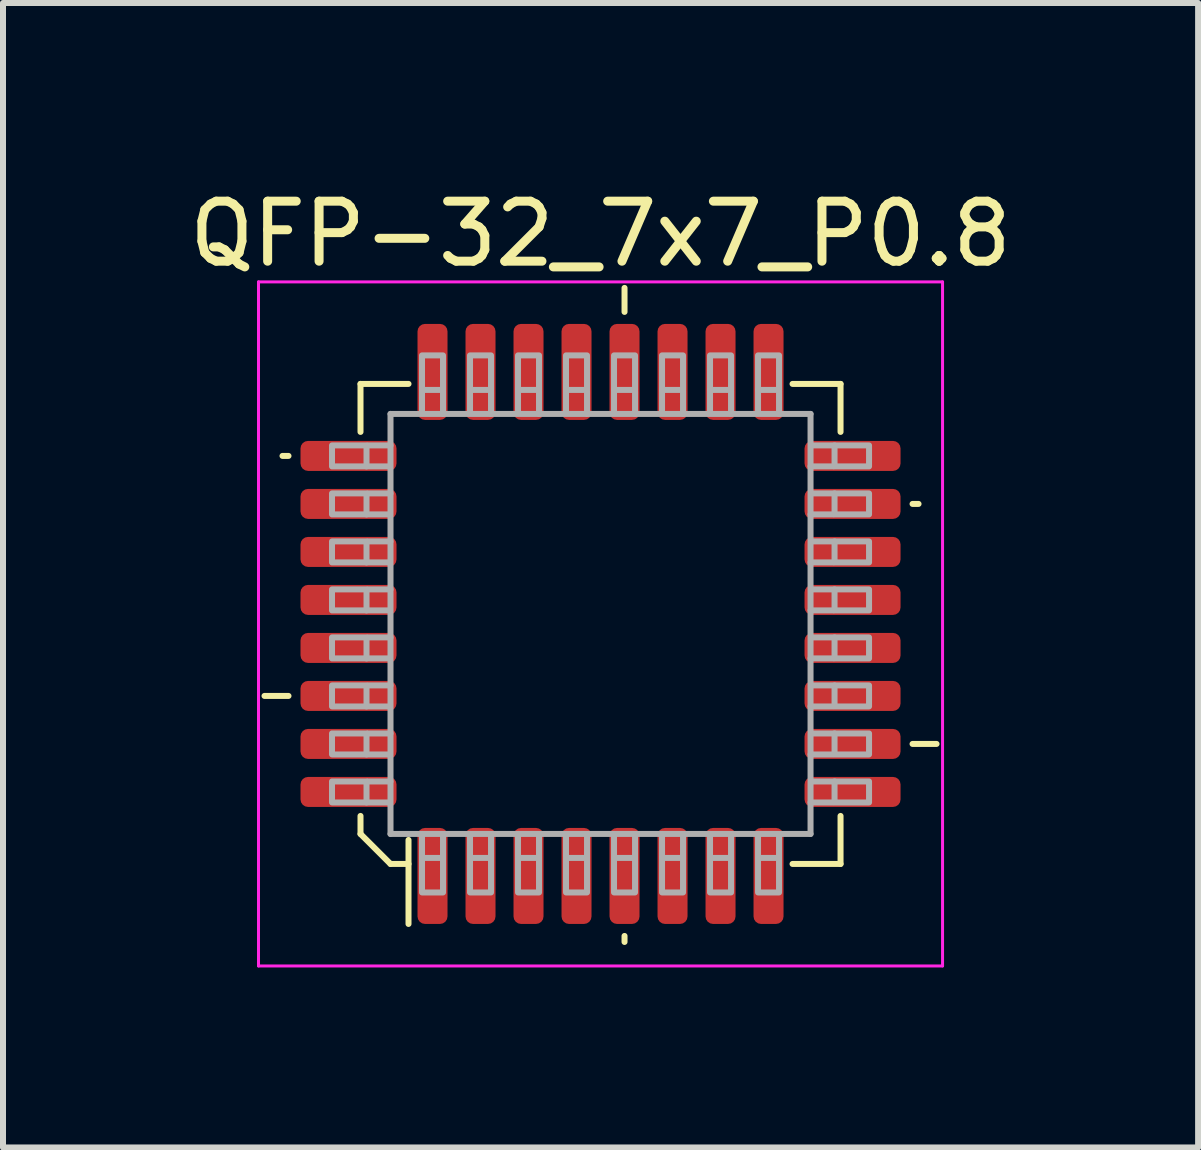
<source format=kicad_pcb>
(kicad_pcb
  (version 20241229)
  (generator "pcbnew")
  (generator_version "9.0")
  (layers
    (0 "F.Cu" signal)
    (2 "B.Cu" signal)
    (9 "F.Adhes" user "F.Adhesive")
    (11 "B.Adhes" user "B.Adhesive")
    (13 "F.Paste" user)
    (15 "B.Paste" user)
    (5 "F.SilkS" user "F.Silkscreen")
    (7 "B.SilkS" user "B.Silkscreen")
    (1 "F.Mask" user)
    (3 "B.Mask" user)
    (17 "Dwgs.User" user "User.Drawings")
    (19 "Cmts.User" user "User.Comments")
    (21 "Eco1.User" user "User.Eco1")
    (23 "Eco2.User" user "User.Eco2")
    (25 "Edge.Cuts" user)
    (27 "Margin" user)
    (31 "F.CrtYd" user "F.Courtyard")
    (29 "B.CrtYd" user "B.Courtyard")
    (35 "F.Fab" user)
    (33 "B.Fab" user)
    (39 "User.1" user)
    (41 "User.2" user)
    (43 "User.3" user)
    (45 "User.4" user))
  (footprint "QFP-32_7x7_P0.8"
    (layer "F.Cu")
    (at 6.958 7.348)
    (property "Reference" "QFP-32_7x7_P0.8" (at 0 -6.5 0) (layer "F.SilkS") (effects (font (size 1 1) (thickness 0.15))))
    (attr smd)
    (fp_line (start -5.2 -2.8) (end -5.3 -2.8) (stroke (width 0.1) (type solid)) (layer "F.SilkS"))
    (fp_line (start -5.2 1.2) (end -5.6 1.2) (stroke (width 0.1) (type solid)) (layer "F.SilkS"))
    (fp_line (start -4 -4) (end -4 -3.2) (stroke (width 0.1) (type solid)) (layer "F.SilkS"))
    (fp_line (start -4 -4) (end -3.2 -4) (stroke (width 0.1) (type solid)) (layer "F.SilkS"))
    (fp_line (start -4 3.5) (end -4 3.2) (stroke (width 0.1) (type solid)) (layer "F.SilkS"))
    (fp_line (start -4 3.5) (end -3.5 4) (stroke (width 0.1) (type solid)) (layer "F.SilkS"))
    (fp_line (start -3.5 4) (end -3.2 4) (stroke (width 0.1) (type solid)) (layer "F.SilkS"))
    (fp_line (start -3.2 3.6) (end -3.2 5) (stroke (width 0.1) (type solid)) (layer "F.SilkS"))
    (fp_line (start 0.4 -5.2) (end 0.4 -5.6) (stroke (width 0.1) (type solid)) (layer "F.SilkS"))
    (fp_line (start 0.4 5.2) (end 0.4 5.3) (stroke (width 0.1) (type solid)) (layer "F.SilkS"))
    (fp_line (start 4 -4) (end 3.2 -4) (stroke (width 0.1) (type solid)) (layer "F.SilkS"))
    (fp_line (start 4 -4) (end 4 -3.2) (stroke (width 0.1) (type solid)) (layer "F.SilkS"))
    (fp_line (start 4 4) (end 3.2 4) (stroke (width 0.1) (type solid)) (layer "F.SilkS"))
    (fp_line (start 4 4) (end 4 3.2) (stroke (width 0.1) (type solid)) (layer "F.SilkS"))
    (fp_line (start 5.2 -2) (end 5.3 -2) (stroke (width 0.1) (type solid)) (layer "F.SilkS"))
    (fp_line (start 5.2 2) (end 5.6 2) (stroke (width 0.1) (type solid)) (layer "F.SilkS"))
    (fp_line (start -5.7 -5.7) (end 5.7 -5.7) (stroke (width 0.05) (type solid)) (layer "F.CrtYd"))
    (fp_line (start -5.7 5.7) (end -5.7 -5.7) (stroke (width 0.05) (type solid)) (layer "F.CrtYd"))
    (fp_line (start -5.7 5.7) (end 5.7 5.7) (stroke (width 0.05) (type solid)) (layer "F.CrtYd"))
    (fp_line (start 5.7 5.7) (end 5.7 -5.7) (stroke (width 0.05) (type solid)) (layer "F.CrtYd"))
    (fp_line (start -3.9 -2.625) (end -3.525 -2.625) (stroke (width 0.1) (type solid)) (layer "F.Fab"))
    (fp_line (start -3.9 -1.825) (end -3.525 -1.825) (stroke (width 0.1) (type solid)) (layer "F.Fab"))
    (fp_line (start -3.9 -1.025) (end -3.525 -1.025) (stroke (width 0.1) (type solid)) (layer "F.Fab"))
    (fp_line (start -3.9 -0.225) (end -3.525 -0.225) (stroke (width 0.1) (type solid)) (layer "F.Fab"))
    (fp_line (start -3.9 0.575) (end -3.525 0.575) (stroke (width 0.1) (type solid)) (layer "F.Fab"))
    (fp_line (start -3.9 1.375) (end -3.525 1.375) (stroke (width 0.1) (type solid)) (layer "F.Fab"))
    (fp_line (start -3.9 2.175) (end -3.525 2.175) (stroke (width 0.1) (type solid)) (layer "F.Fab"))
    (fp_line (start -3.9 2.975) (end -3.525 2.975) (stroke (width 0.1) (type solid)) (layer "F.Fab"))
    (fp_line (start -3.875 -2.975) (end -3.5 -2.975) (stroke (width 0.1) (type solid)) (layer "F.Fab"))
    (fp_line (start -3.875 -2.175) (end -3.5 -2.175) (stroke (width 0.1) (type solid)) (layer "F.Fab"))
    (fp_line (start -3.875 -1.375) (end -3.5 -1.375) (stroke (width 0.1) (type solid)) (layer "F.Fab"))
    (fp_line (start -3.875 -0.575) (end -3.5 -0.575) (stroke (width 0.1) (type solid)) (layer "F.Fab"))
    (fp_line (start -3.875 0.225) (end -3.5 0.225) (stroke (width 0.1) (type solid)) (layer "F.Fab"))
    (fp_line (start -3.875 1.025) (end -3.5 1.025) (stroke (width 0.1) (type solid)) (layer "F.Fab"))
    (fp_line (start -3.875 1.825) (end -3.5 1.825) (stroke (width 0.1) (type solid)) (layer "F.Fab"))
    (fp_line (start -3.875 2.625) (end -3.5 2.625) (stroke (width 0.1) (type solid)) (layer "F.Fab"))
    (fp_line (start -3.5 -3.5) (end 3.5 -3.5) (stroke (width 0.1) (type solid)) (layer "F.Fab"))
    (fp_line (start -3.5 3.5) (end -3.5 -3.5) (stroke (width 0.1) (type solid)) (layer "F.Fab"))
    (fp_line (start -2.975 -3.9) (end -2.975 -3.525) (stroke (width 0.1) (type solid)) (layer "F.Fab"))
    (fp_line (start -2.975 3.875) (end -2.975 3.5) (stroke (width 0.1) (type solid)) (layer "F.Fab"))
    (fp_line (start -2.625 -3.875) (end -2.625 -3.5) (stroke (width 0.1) (type solid)) (layer "F.Fab"))
    (fp_line (start -2.625 3.9) (end -2.625 3.525) (stroke (width 0.1) (type solid)) (layer "F.Fab"))
    (fp_line (start -2.175 -3.9) (end -2.175 -3.525) (stroke (width 0.1) (type solid)) (layer "F.Fab"))
    (fp_line (start -2.175 3.875) (end -2.175 3.5) (stroke (width 0.1) (type solid)) (layer "F.Fab"))
    (fp_line (start -1.825 -3.875) (end -1.825 -3.5) (stroke (width 0.1) (type solid)) (layer "F.Fab"))
    (fp_line (start -1.825 3.9) (end -1.825 3.525) (stroke (width 0.1) (type solid)) (layer "F.Fab"))
    (fp_line (start -1.375 -3.9) (end -1.375 -3.525) (stroke (width 0.1) (type solid)) (layer "F.Fab"))
    (fp_line (start -1.375 3.875) (end -1.375 3.5) (stroke (width 0.1) (type solid)) (layer "F.Fab"))
    (fp_line (start -1.025 -3.875) (end -1.025 -3.5) (stroke (width 0.1) (type solid)) (layer "F.Fab"))
    (fp_line (start -1.025 3.9) (end -1.025 3.525) (stroke (width 0.1) (type solid)) (layer "F.Fab"))
    (fp_line (start -0.575 -3.9) (end -0.575 -3.525) (stroke (width 0.1) (type solid)) (layer "F.Fab"))
    (fp_line (start -0.575 3.875) (end -0.575 3.5) (stroke (width 0.1) (type solid)) (layer "F.Fab"))
    (fp_line (start -0.225 -3.875) (end -0.225 -3.5) (stroke (width 0.1) (type solid)) (layer "F.Fab"))
    (fp_line (start -0.225 3.9) (end -0.225 3.525) (stroke (width 0.1) (type solid)) (layer "F.Fab"))
    (fp_line (start 0.225 -3.9) (end 0.225 -3.525) (stroke (width 0.1) (type solid)) (layer "F.Fab"))
    (fp_line (start 0.225 3.875) (end 0.225 3.5) (stroke (width 0.1) (type solid)) (layer "F.Fab"))
    (fp_line (start 0.575 -3.875) (end 0.575 -3.5) (stroke (width 0.1) (type solid)) (layer "F.Fab"))
    (fp_line (start 0.575 3.9) (end 0.575 3.525) (stroke (width 0.1) (type solid)) (layer "F.Fab"))
    (fp_line (start 1.025 -3.9) (end 1.025 -3.525) (stroke (width 0.1) (type solid)) (layer "F.Fab"))
    (fp_line (start 1.025 3.875) (end 1.025 3.5) (stroke (width 0.1) (type solid)) (layer "F.Fab"))
    (fp_line (start 1.375 -3.875) (end 1.375 -3.5) (stroke (width 0.1) (type solid)) (layer "F.Fab"))
    (fp_line (start 1.375 3.9) (end 1.375 3.525) (stroke (width 0.1) (type solid)) (layer "F.Fab"))
    (fp_line (start 1.825 -3.9) (end 1.825 -3.525) (stroke (width 0.1) (type solid)) (layer "F.Fab"))
    (fp_line (start 1.825 3.875) (end 1.825 3.5) (stroke (width 0.1) (type solid)) (layer "F.Fab"))
    (fp_line (start 2.175 -3.875) (end 2.175 -3.5) (stroke (width 0.1) (type solid)) (layer "F.Fab"))
    (fp_line (start 2.175 3.9) (end 2.175 3.525) (stroke (width 0.1) (type solid)) (layer "F.Fab"))
    (fp_line (start 2.625 -3.9) (end 2.625 -3.525) (stroke (width 0.1) (type solid)) (layer "F.Fab"))
    (fp_line (start 2.625 3.875) (end 2.625 3.5) (stroke (width 0.1) (type solid)) (layer "F.Fab"))
    (fp_line (start 2.975 -3.875) (end 2.975 -3.5) (stroke (width 0.1) (type solid)) (layer "F.Fab"))
    (fp_line (start 2.975 3.9) (end 2.975 3.525) (stroke (width 0.1) (type solid)) (layer "F.Fab"))
    (fp_line (start 3.5 -3.5) (end 3.5 3.5) (stroke (width 0.1) (type solid)) (layer "F.Fab"))
    (fp_line (start 3.5 3.5) (end -3.5 3.5) (stroke (width 0.1) (type solid)) (layer "F.Fab"))
    (fp_line (start 3.875 -2.625) (end 3.5 -2.625) (stroke (width 0.1) (type solid)) (layer "F.Fab"))
    (fp_line (start 3.875 -1.825) (end 3.5 -1.825) (stroke (width 0.1) (type solid)) (layer "F.Fab"))
    (fp_line (start 3.875 -1.025) (end 3.5 -1.025) (stroke (width 0.1) (type solid)) (layer "F.Fab"))
    (fp_line (start 3.875 -0.225) (end 3.5 -0.225) (stroke (width 0.1) (type solid)) (layer "F.Fab"))
    (fp_line (start 3.875 0.575) (end 3.5 0.575) (stroke (width 0.1) (type solid)) (layer "F.Fab"))
    (fp_line (start 3.875 1.375) (end 3.5 1.375) (stroke (width 0.1) (type solid)) (layer "F.Fab"))
    (fp_line (start 3.875 2.175) (end 3.5 2.175) (stroke (width 0.1) (type solid)) (layer "F.Fab"))
    (fp_line (start 3.875 2.975) (end 3.5 2.975) (stroke (width 0.1) (type solid)) (layer "F.Fab"))
    (fp_line (start 3.9 -2.975) (end 3.525 -2.975) (stroke (width 0.1) (type solid)) (layer "F.Fab"))
    (fp_line (start 3.9 -2.175) (end 3.525 -2.175) (stroke (width 0.1) (type solid)) (layer "F.Fab"))
    (fp_line (start 3.9 -1.375) (end 3.525 -1.375) (stroke (width 0.1) (type solid)) (layer "F.Fab"))
    (fp_line (start 3.9 -0.575) (end 3.525 -0.575) (stroke (width 0.1) (type solid)) (layer "F.Fab"))
    (fp_line (start 3.9 0.225) (end 3.525 0.225) (stroke (width 0.1) (type solid)) (layer "F.Fab"))
    (fp_line (start 3.9 1.025) (end 3.525 1.025) (stroke (width 0.1) (type solid)) (layer "F.Fab"))
    (fp_line (start 3.9 1.825) (end 3.525 1.825) (stroke (width 0.1) (type solid)) (layer "F.Fab"))
    (fp_line (start 3.9 2.625) (end 3.525 2.625) (stroke (width 0.1) (type solid)) (layer "F.Fab"))
    (fp_poly (pts (xy -3.9 -2.625) (xy -4.475 -2.625) (xy -4.475 -2.975) (xy -3.9 -2.975)) (stroke (width 0.1) (type solid)) (fill no) (layer "F.Fab"))
    (fp_poly (pts (xy -3.9 -1.825) (xy -4.475 -1.825) (xy -4.475 -2.175) (xy -3.9 -2.175)) (stroke (width 0.1) (type solid)) (fill no) (layer "F.Fab"))
    (fp_poly (pts (xy -3.9 -1.025) (xy -4.475 -1.025) (xy -4.475 -1.375) (xy -3.9 -1.375)) (stroke (width 0.1) (type solid)) (fill no) (layer "F.Fab"))
    (fp_poly (pts (xy -3.9 -0.225) (xy -4.475 -0.225) (xy -4.475 -0.575) (xy -3.9 -0.575)) (stroke (width 0.1) (type solid)) (fill no) (layer "F.Fab"))
    (fp_poly (pts (xy -3.9 0.575) (xy -4.475 0.575) (xy -4.475 0.225) (xy -3.9 0.225)) (stroke (width 0.1) (type solid)) (fill no) (layer "F.Fab"))
    (fp_poly (pts (xy -3.9 1.375) (xy -4.475 1.375) (xy -4.475 1.025) (xy -3.9 1.025)) (stroke (width 0.1) (type solid)) (fill no) (layer "F.Fab"))
    (fp_poly (pts (xy -3.9 2.175) (xy -4.475 2.175) (xy -4.475 1.825) (xy -3.9 1.825)) (stroke (width 0.1) (type solid)) (fill no) (layer "F.Fab"))
    (fp_poly (pts (xy -3.9 2.975) (xy -4.475 2.975) (xy -4.475 2.625) (xy -3.9 2.625)) (stroke (width 0.1) (type solid)) (fill no) (layer "F.Fab"))
    (fp_poly (pts (xy -2.975 -3.9) (xy -2.975 -4.475) (xy -2.625 -4.475) (xy -2.625 -3.9)) (stroke (width 0.1) (type solid)) (fill no) (layer "F.Fab"))
    (fp_poly (pts (xy -2.625 3.9) (xy -2.625 4.475) (xy -2.975 4.475) (xy -2.975 3.9)) (stroke (width 0.1) (type solid)) (fill no) (layer "F.Fab"))
    (fp_poly (pts (xy -2.175 -3.9) (xy -2.175 -4.475) (xy -1.825 -4.475) (xy -1.825 -3.9)) (stroke (width 0.1) (type solid)) (fill no) (layer "F.Fab"))
    (fp_poly (pts (xy -1.825 3.9) (xy -1.825 4.475) (xy -2.175 4.475) (xy -2.175 3.9)) (stroke (width 0.1) (type solid)) (fill no) (layer "F.Fab"))
    (fp_poly (pts (xy -1.375 -3.9) (xy -1.375 -4.475) (xy -1.025 -4.475) (xy -1.025 -3.9)) (stroke (width 0.1) (type solid)) (fill no) (layer "F.Fab"))
    (fp_poly (pts (xy -1.025 3.9) (xy -1.025 4.475) (xy -1.375 4.475) (xy -1.375 3.9)) (stroke (width 0.1) (type solid)) (fill no) (layer "F.Fab"))
    (fp_poly (pts (xy -0.575 -3.9) (xy -0.575 -4.475) (xy -0.225 -4.475) (xy -0.225 -3.9)) (stroke (width 0.1) (type solid)) (fill no) (layer "F.Fab"))
    (fp_poly (pts (xy -0.225 3.9) (xy -0.225 4.475) (xy -0.575 4.475) (xy -0.575 3.9)) (stroke (width 0.1) (type solid)) (fill no) (layer "F.Fab"))
    (fp_poly (pts (xy 0.225 -3.9) (xy 0.225 -4.475) (xy 0.575 -4.475) (xy 0.575 -3.9)) (stroke (width 0.1) (type solid)) (fill no) (layer "F.Fab"))
    (fp_poly (pts (xy 0.575 3.9) (xy 0.575 4.475) (xy 0.225 4.475) (xy 0.225 3.9)) (stroke (width 0.1) (type solid)) (fill no) (layer "F.Fab"))
    (fp_poly (pts (xy 1.025 -3.9) (xy 1.025 -4.475) (xy 1.375 -4.475) (xy 1.375 -3.9)) (stroke (width 0.1) (type solid)) (fill no) (layer "F.Fab"))
    (fp_poly (pts (xy 1.375 3.9) (xy 1.375 4.475) (xy 1.025 4.475) (xy 1.025 3.9)) (stroke (width 0.1) (type solid)) (fill no) (layer "F.Fab"))
    (fp_poly (pts (xy 1.825 -3.9) (xy 1.825 -4.475) (xy 2.175 -4.475) (xy 2.175 -3.9)) (stroke (width 0.1) (type solid)) (fill no) (layer "F.Fab"))
    (fp_poly (pts (xy 2.175 3.9) (xy 2.175 4.475) (xy 1.825 4.475) (xy 1.825 3.9)) (stroke (width 0.1) (type solid)) (fill no) (layer "F.Fab"))
    (fp_poly (pts (xy 2.625 -3.9) (xy 2.625 -4.475) (xy 2.975 -4.475) (xy 2.975 -3.9)) (stroke (width 0.1) (type solid)) (fill no) (layer "F.Fab"))
    (fp_poly (pts (xy 2.975 3.9) (xy 2.975 4.475) (xy 2.625 4.475) (xy 2.625 3.9)) (stroke (width 0.1) (type solid)) (fill no) (layer "F.Fab"))
    (fp_poly (pts (xy 3.9 -2.975) (xy 4.475 -2.975) (xy 4.475 -2.625) (xy 3.9 -2.625)) (stroke (width 0.1) (type solid)) (fill no) (layer "F.Fab"))
    (fp_poly (pts (xy 3.9 -2.175) (xy 4.475 -2.175) (xy 4.475 -1.825) (xy 3.9 -1.825)) (stroke (width 0.1) (type solid)) (fill no) (layer "F.Fab"))
    (fp_poly (pts (xy 3.9 -1.375) (xy 4.475 -1.375) (xy 4.475 -1.025) (xy 3.9 -1.025)) (stroke (width 0.1) (type solid)) (fill no) (layer "F.Fab"))
    (fp_poly (pts (xy 3.9 -0.575) (xy 4.475 -0.575) (xy 4.475 -0.225) (xy 3.9 -0.225)) (stroke (width 0.1) (type solid)) (fill no) (layer "F.Fab"))
    (fp_poly (pts (xy 3.9 0.225) (xy 4.475 0.225) (xy 4.475 0.575) (xy 3.9 0.575)) (stroke (width 0.1) (type solid)) (fill no) (layer "F.Fab"))
    (fp_poly (pts (xy 3.9 1.025) (xy 4.475 1.025) (xy 4.475 1.375) (xy 3.9 1.375)) (stroke (width 0.1) (type solid)) (fill no) (layer "F.Fab"))
    (fp_poly (pts (xy 3.9 1.825) (xy 4.475 1.825) (xy 4.475 2.175) (xy 3.9 2.175)) (stroke (width 0.1) (type solid)) (fill no) (layer "F.Fab"))
    (fp_poly (pts (xy 3.9 2.625) (xy 4.475 2.625) (xy 4.475 2.975) (xy 3.9 2.975)) (stroke (width 0.1) (type solid)) (fill no) (layer "F.Fab"))
    (pad "1" smd roundrect (at -2.8 4.2 90) (size 1.6 0.5) (layers "F.Cu" "F.Mask" "F.Paste") (roundrect_rratio 0.25))
    (pad "2" smd roundrect (at -2 4.2 90) (size 1.6 0.5) (layers "F.Cu" "F.Mask" "F.Paste") (roundrect_rratio 0.25))
    (pad "3" smd roundrect (at -1.2 4.2 90) (size 1.6 0.5) (layers "F.Cu" "F.Mask" "F.Paste") (roundrect_rratio 0.25))
    (pad "4" smd roundrect (at -0.4 4.2 90) (size 1.6 0.5) (layers "F.Cu" "F.Mask" "F.Paste") (roundrect_rratio 0.25))
    (pad "5" smd roundrect (at 0.4 4.2 90) (size 1.6 0.5) (layers "F.Cu" "F.Mask" "F.Paste") (roundrect_rratio 0.25))
    (pad "6" smd roundrect (at 1.2 4.2 90) (size 1.6 0.5) (layers "F.Cu" "F.Mask" "F.Paste") (roundrect_rratio 0.25))
    (pad "7" smd roundrect (at 2 4.2 90) (size 1.6 0.5) (layers "F.Cu" "F.Mask" "F.Paste") (roundrect_rratio 0.25))
    (pad "8" smd roundrect (at 2.8 4.2 90) (size 1.6 0.5) (layers "F.Cu" "F.Mask" "F.Paste") (roundrect_rratio 0.25))
    (pad "9" smd roundrect (at 4.2 2.8 180) (size 1.6 0.5) (layers "F.Cu" "F.Mask" "F.Paste") (roundrect_rratio 0.25))
    (pad "10" smd roundrect (at 4.2 2 180) (size 1.6 0.5) (layers "F.Cu" "F.Mask" "F.Paste") (roundrect_rratio 0.25))
    (pad "11" smd roundrect (at 4.2 1.2 180) (size 1.6 0.5) (layers "F.Cu" "F.Mask" "F.Paste") (roundrect_rratio 0.25))
    (pad "12" smd roundrect (at 4.2 0.4 180) (size 1.6 0.5) (layers "F.Cu" "F.Mask" "F.Paste") (roundrect_rratio 0.25))
    (pad "13" smd roundrect (at 4.2 -0.4 180) (size 1.6 0.5) (layers "F.Cu" "F.Mask" "F.Paste") (roundrect_rratio 0.25))
    (pad "14" smd roundrect (at 4.2 -1.2 180) (size 1.6 0.5) (layers "F.Cu" "F.Mask" "F.Paste") (roundrect_rratio 0.25))
    (pad "15" smd roundrect (at 4.2 -2 180) (size 1.6 0.5) (layers "F.Cu" "F.Mask" "F.Paste") (roundrect_rratio 0.25))
    (pad "16" smd roundrect (at 4.2 -2.8 180) (size 1.6 0.5) (layers "F.Cu" "F.Mask" "F.Paste") (roundrect_rratio 0.25))
    (pad "17" smd roundrect (at 2.8 -4.2 90) (size 1.6 0.5) (layers "F.Cu" "F.Mask" "F.Paste") (roundrect_rratio 0.25))
    (pad "18" smd roundrect (at 2 -4.2 90) (size 1.6 0.5) (layers "F.Cu" "F.Mask" "F.Paste") (roundrect_rratio 0.25))
    (pad "19" smd roundrect (at 1.2 -4.2 90) (size 1.6 0.5) (layers "F.Cu" "F.Mask" "F.Paste") (roundrect_rratio 0.25))
    (pad "20" smd roundrect (at 0.4 -4.2 90) (size 1.6 0.5) (layers "F.Cu" "F.Mask" "F.Paste") (roundrect_rratio 0.25))
    (pad "21" smd roundrect (at -0.4 -4.2 90) (size 1.6 0.5) (layers "F.Cu" "F.Mask" "F.Paste") (roundrect_rratio 0.25))
    (pad "22" smd roundrect (at -1.2 -4.2 90) (size 1.6 0.5) (layers "F.Cu" "F.Mask" "F.Paste") (roundrect_rratio 0.25))
    (pad "23" smd roundrect (at -2 -4.2 90) (size 1.6 0.5) (layers "F.Cu" "F.Mask" "F.Paste") (roundrect_rratio 0.25))
    (pad "24" smd roundrect (at -2.8 -4.2 90) (size 1.6 0.5) (layers "F.Cu" "F.Mask" "F.Paste") (roundrect_rratio 0.25))
    (pad "25" smd roundrect (at -4.2 -2.8 180) (size 1.6 0.5) (layers "F.Cu" "F.Mask" "F.Paste") (roundrect_rratio 0.25))
    (pad "26" smd roundrect (at -4.2 -2 180) (size 1.6 0.5) (layers "F.Cu" "F.Mask" "F.Paste") (roundrect_rratio 0.25))
    (pad "27" smd roundrect (at -4.2 -1.2 180) (size 1.6 0.5) (layers "F.Cu" "F.Mask" "F.Paste") (roundrect_rratio 0.25))
    (pad "28" smd roundrect (at -4.2 -0.4 180) (size 1.6 0.5) (layers "F.Cu" "F.Mask" "F.Paste") (roundrect_rratio 0.25))
    (pad "29" smd roundrect (at -4.2 0.4 180) (size 1.6 0.5) (layers "F.Cu" "F.Mask" "F.Paste") (roundrect_rratio 0.25))
    (pad "30" smd roundrect (at -4.2 1.2 180) (size 1.6 0.5) (layers "F.Cu" "F.Mask" "F.Paste") (roundrect_rratio 0.25))
    (pad "31" smd roundrect (at -4.2 2 180) (size 1.6 0.5) (layers "F.Cu" "F.Mask" "F.Paste") (roundrect_rratio 0.25))
    (pad "32" smd roundrect (at -4.2 2.8 180) (size 1.6 0.5) (layers "F.Cu" "F.Mask" "F.Paste") (roundrect_rratio 0.25)))
  (gr_rect
    (start -3 -3)
    (end 16.917 16.073)
    (stroke (width 0.1) (type default))
    (fill no)
    (layer "Edge.Cuts")))
</source>
